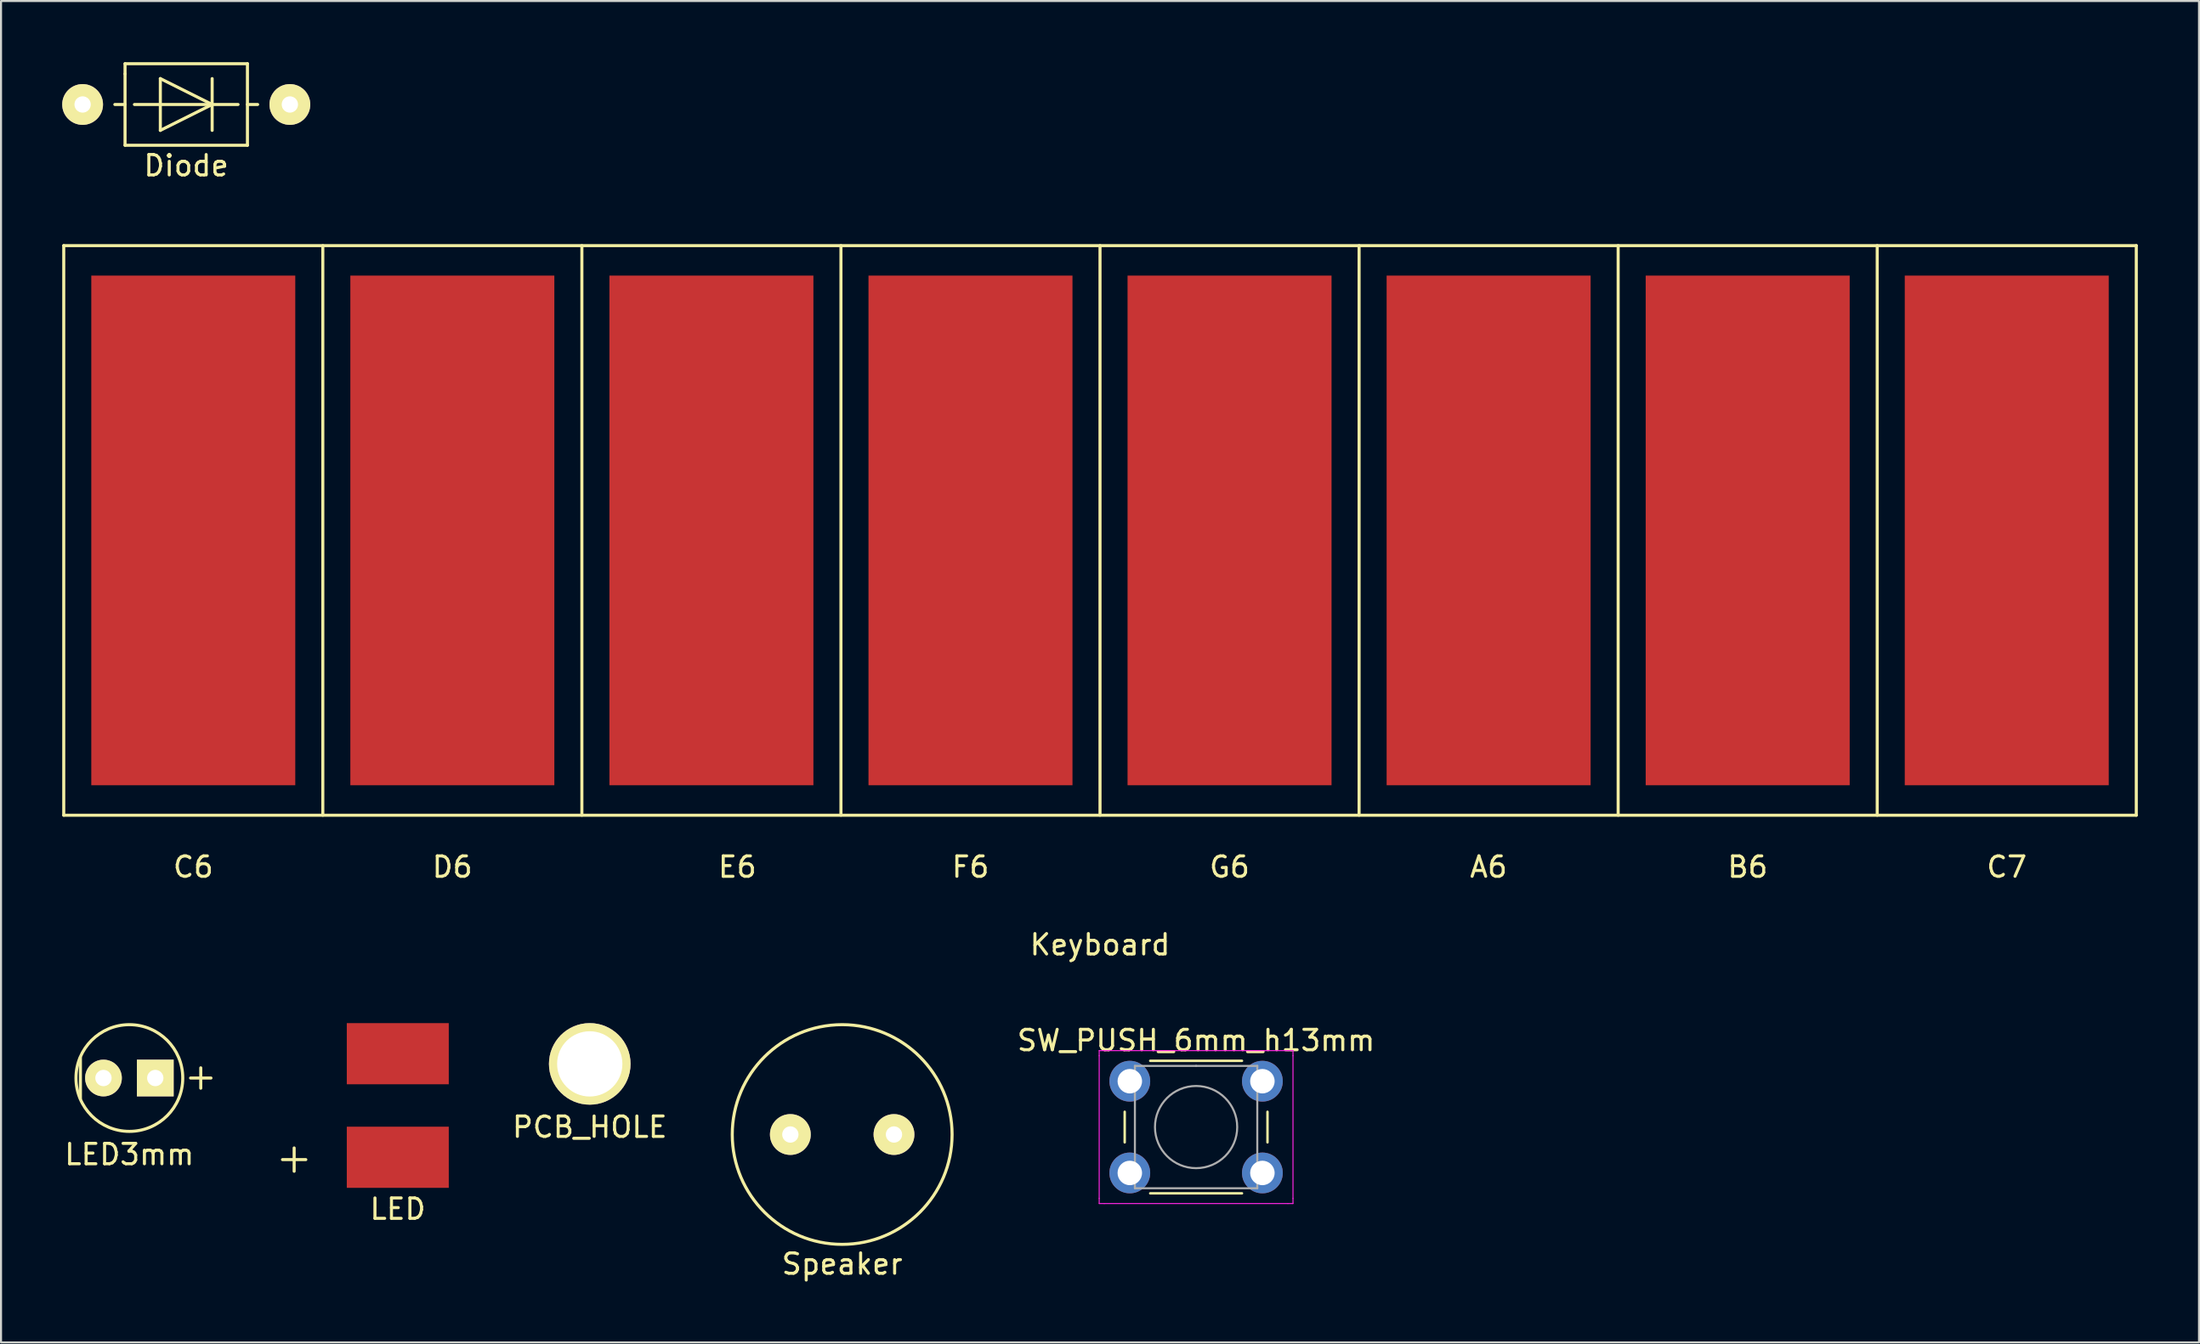
<source format=kicad_pcb>
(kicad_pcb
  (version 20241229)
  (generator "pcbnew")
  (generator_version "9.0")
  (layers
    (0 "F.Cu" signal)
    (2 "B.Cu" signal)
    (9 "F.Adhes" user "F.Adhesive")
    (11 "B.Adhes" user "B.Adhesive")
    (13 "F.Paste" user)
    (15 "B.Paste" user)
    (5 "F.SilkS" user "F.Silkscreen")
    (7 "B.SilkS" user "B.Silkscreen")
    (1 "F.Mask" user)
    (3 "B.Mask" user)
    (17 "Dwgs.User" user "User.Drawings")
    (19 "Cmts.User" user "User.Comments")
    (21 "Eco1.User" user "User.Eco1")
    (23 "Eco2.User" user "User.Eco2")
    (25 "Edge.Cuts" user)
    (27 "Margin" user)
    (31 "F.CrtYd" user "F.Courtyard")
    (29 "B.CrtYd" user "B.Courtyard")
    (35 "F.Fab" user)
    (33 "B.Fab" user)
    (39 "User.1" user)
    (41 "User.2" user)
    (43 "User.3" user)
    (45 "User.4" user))
  (footprint "SW_PUSH_6mm_h13mm"
    (layer "F.Cu")
    (at 52.335 49.985)
    (property "Reference" "SW_PUSH_6mm_h13mm" (at 3.25 -2 0) (layer "F.SilkS") (effects (font (size 1 1) (thickness 0.15))))
    (attr through_hole)
    (fp_line (start -0.25 1.5) (end -0.25 3) (stroke (width 0.12) (type solid)) (layer "F.SilkS"))
    (fp_line (start 1 5.5) (end 5.5 5.5) (stroke (width 0.12) (type solid)) (layer "F.SilkS"))
    (fp_line (start 5.5 -1) (end 1 -1) (stroke (width 0.12) (type solid)) (layer "F.SilkS"))
    (fp_line (start 6.75 3) (end 6.75 1.5) (stroke (width 0.12) (type solid)) (layer "F.SilkS"))
    (fp_line (start -1.5 -1.5) (end -1.25 -1.5) (stroke (width 0.05) (type solid)) (layer "F.CrtYd"))
    (fp_line (start -1.5 -1.25) (end -1.5 -1.5) (stroke (width 0.05) (type solid)) (layer "F.CrtYd"))
    (fp_line (start -1.5 5.75) (end -1.5 -1.25) (stroke (width 0.05) (type solid)) (layer "F.CrtYd"))
    (fp_line (start -1.5 5.75) (end -1.5 6) (stroke (width 0.05) (type solid)) (layer "F.CrtYd"))
    (fp_line (start -1.5 6) (end -1.25 6) (stroke (width 0.05) (type solid)) (layer "F.CrtYd"))
    (fp_line (start -1.25 -1.5) (end 7.75 -1.5) (stroke (width 0.05) (type solid)) (layer "F.CrtYd"))
    (fp_line (start 7.75 -1.5) (end 8 -1.5) (stroke (width 0.05) (type solid)) (layer "F.CrtYd"))
    (fp_line (start 7.75 6) (end -1.25 6) (stroke (width 0.05) (type solid)) (layer "F.CrtYd"))
    (fp_line (start 7.75 6) (end 8 6) (stroke (width 0.05) (type solid)) (layer "F.CrtYd"))
    (fp_line (start 8 -1.5) (end 8 -1.25) (stroke (width 0.05) (type solid)) (layer "F.CrtYd"))
    (fp_line (start 8 -1.25) (end 8 5.75) (stroke (width 0.05) (type solid)) (layer "F.CrtYd"))
    (fp_line (start 8 6) (end 8 5.75) (stroke (width 0.05) (type solid)) (layer "F.CrtYd"))
    (fp_line (start 0.25 -0.75) (end 3.25 -0.75) (stroke (width 0.1) (type solid)) (layer "F.Fab"))
    (fp_line (start 0.25 5.25) (end 0.25 -0.75) (stroke (width 0.1) (type solid)) (layer "F.Fab"))
    (fp_line (start 3.25 -0.75) (end 6.25 -0.75) (stroke (width 0.1) (type solid)) (layer "F.Fab"))
    (fp_line (start 6.25 -0.75) (end 6.25 5.25) (stroke (width 0.1) (type solid)) (layer "F.Fab"))
    (fp_line (start 6.25 5.25) (end 0.25 5.25) (stroke (width 0.1) (type solid)) (layer "F.Fab"))
    (fp_circle (center 3.25 2.25) (end 1.25 2.5) (stroke (width 0.1) (type solid)) (fill no) (layer "F.Fab"))
    (pad "1" thru_hole circle (at 0 0 90) (size 2 2) (drill 1.2) (layers "*.Cu" "*.Mask"))
    (pad "1" thru_hole circle (at 6.5 0 90) (size 2 2) (drill 1.2) (layers "*.Cu" "*.Mask"))
    (pad "2" thru_hole circle (at 0 4.5 90) (size 2 2) (drill 1.2) (layers "*.Cu" "*.Mask"))
    (pad "2" thru_hole circle (at 6.5 4.5 90) (size 2 2) (drill 1.2) (layers "*.Cu" "*.Mask")))
  (footprint "PCB_HOLE"
    (layer "F.Cu")
    (at 25.861 49.136)
    (property "Reference" "PCB_HOLE" (at 0 3.1 0) (layer "F.SilkS") (effects (font (size 1 1) (thickness 0.15))))
    (attr through_hole)
    (pad "1" thru_hole circle (at 0 0) (size 4 4) (drill 3.2) (layers "*.Cu" "*.Mask" "F.SilkS")))
  (footprint "LED3mm"
    (layer "F.Cu")
    (at 3.292 49.829)
    (property "Reference" "LED3mm" (at 0 3.75 0) (layer "F.SilkS") (effects (font (size 1 1) (thickness 0.15))))
    (attr through_hole)
    (fp_line (start -2.4 -1) (end -2.4 1) (stroke (width 0.15) (type solid)) (layer "F.SilkS"))
    (fp_line (start 3 0) (end 4 0) (stroke (width 0.15) (type solid)) (layer "F.SilkS"))
    (fp_line (start 3.5 -0.5) (end 3.5 0.5) (stroke (width 0.15) (type solid)) (layer "F.SilkS"))
    (fp_circle (center 0 0) (end 1.9 1.8) (stroke (width 0.15) (type solid)) (fill no) (layer "F.SilkS"))
    (pad "1" thru_hole circle (at -1.27 0) (size 1.8 1.8) (drill 0.8) (layers "*.Cu" "*.Mask" "F.SilkS"))
    (pad "2" thru_hole rect (at 1.27 0) (size 1.8 1.8) (drill 0.8) (layers "*.Cu" "*.Mask" "F.SilkS")))
  (footprint "Diode"
    (layer "F.Cu")
    (at 6.08 2.075)
    (property "Reference" "Diode" (at 0 3 0) (layer "F.SilkS") (effects (font (size 1 1) (thickness 0.15))))
    (attr through_hole)
    (fp_line (start -3 -2) (end 3 -2) (stroke (width 0.15) (type solid)) (layer "F.SilkS"))
    (fp_line (start -3 -1.5) (end -3 -2) (stroke (width 0.15) (type solid)) (layer "F.SilkS"))
    (fp_line (start -3 0) (end -3.5 0) (stroke (width 0.15) (type solid)) (layer "F.SilkS"))
    (fp_line (start -3 2) (end -3 -1.5) (stroke (width 0.15) (type solid)) (layer "F.SilkS"))
    (fp_line (start -2.54 0) (end 2.54 0) (stroke (width 0.15) (type solid)) (layer "F.SilkS"))
    (fp_line (start -1.27 -1.27) (end -1.27 1.27) (stroke (width 0.15) (type solid)) (layer "F.SilkS"))
    (fp_line (start -1.27 1.27) (end 1.27 0) (stroke (width 0.15) (type solid)) (layer "F.SilkS"))
    (fp_line (start 1.27 -1.27) (end 1.27 1.27) (stroke (width 0.15) (type solid)) (layer "F.SilkS"))
    (fp_line (start 1.27 0) (end -1.27 -1.27) (stroke (width 0.15) (type solid)) (layer "F.SilkS"))
    (fp_line (start 3 -2) (end 3 2) (stroke (width 0.15) (type solid)) (layer "F.SilkS"))
    (fp_line (start 3 0) (end 3.5 0) (stroke (width 0.15) (type solid)) (layer "F.SilkS"))
    (fp_line (start 3 2) (end -3 2) (stroke (width 0.15) (type solid)) (layer "F.SilkS"))
    (pad "1" thru_hole circle (at -5.08 0) (size 2 2) (drill 0.8) (layers "*.Cu" "*.Mask" "F.SilkS"))
    (pad "2" thru_hole circle (at 5.08 0) (size 2 2) (drill 0.8) (layers "*.Cu" "*.Mask" "F.SilkS")))
  (footprint "Speaker"
    (layer "F.Cu")
    (at 38.235 52.6)
    (property "Reference" "Speaker" (at 0 6.35 0) (layer "F.SilkS") (effects (font (size 1 1) (thickness 0.15))))
    (attr through_hole)
    (fp_circle (center 0 0) (end 3.81 3.81) (stroke (width 0.15) (type solid)) (fill no) (layer "F.SilkS"))
    (pad "1" thru_hole circle (at -2.54 0) (size 2 2) (drill 0.8) (layers "*.Cu" "*.Mask" "F.SilkS"))
    (pad "2" thru_hole circle (at 2.54 0) (size 2 2) (drill 0.8) (layers "*.Cu" "*.Mask" "F.SilkS")))
  (footprint "Keyboard"
    (layer "F.Cu")
    (at 50.875 22.968)
    (property "Reference" "Keyboard" (at 0 20.32 0) (layer "F.SilkS") (effects (font (size 1 1) (thickness 0.15))))
    (attr through_hole)
    (fp_line (start -50.8 -13.97) (end -50.8 13.97) (stroke (width 0.15) (type solid)) (layer "F.SilkS"))
    (fp_line (start -50.8 13.97) (end 50.8 13.97) (stroke (width 0.15) (type solid)) (layer "F.SilkS"))
    (fp_line (start -38.1 -13.97) (end -38.1 13.97) (stroke (width 0.15) (type solid)) (layer "F.SilkS"))
    (fp_line (start -25.4 -13.97) (end -25.4 13.97) (stroke (width 0.15) (type solid)) (layer "F.SilkS"))
    (fp_line (start -12.7 -13.97) (end -12.7 13.97) (stroke (width 0.15) (type solid)) (layer "F.SilkS"))
    (fp_line (start 0 -13.97) (end 0 13.97) (stroke (width 0.15) (type solid)) (layer "F.SilkS"))
    (fp_line (start 12.7 -13.97) (end 12.7 13.97) (stroke (width 0.15) (type solid)) (layer "F.SilkS"))
    (fp_line (start 25.4 -13.97) (end 25.4 13.97) (stroke (width 0.15) (type solid)) (layer "F.SilkS"))
    (fp_line (start 38.1 -13.97) (end 38.1 13.97) (stroke (width 0.15) (type solid)) (layer "F.SilkS"))
    (fp_line (start 50.8 -13.97) (end -50.8 -13.97) (stroke (width 0.15) (type solid)) (layer "F.SilkS"))
    (fp_line (start 50.8 13.97) (end 50.8 -13.97) (stroke (width 0.15) (type solid)) (layer "F.SilkS"))
    (fp_text user "C7" (at 44.45 16.51 0) (layer "F.SilkS") (effects (font (size 1 1) (thickness 0.15))))
    (fp_text user "D6" (at -31.75 16.51 0) (layer "F.SilkS") (effects (font (size 1 1) (thickness 0.15))))
    (fp_text user "G6" (at 6.35 16.51 0) (layer "F.SilkS") (effects (font (size 1 1) (thickness 0.15))))
    (fp_text user "B6" (at 31.75 16.51 0) (layer "F.SilkS") (effects (font (size 1 1) (thickness 0.15))))
    (fp_text user "C6" (at -44.45 16.51 0) (layer "F.SilkS") (effects (font (size 1 1) (thickness 0.15))))
    (fp_text user "E6" (at -17.78 16.51 0) (layer "F.SilkS") (effects (font (size 1 1) (thickness 0.15))))
    (fp_text user "A6" (at 19.05 16.51 0) (layer "F.SilkS") (effects (font (size 1 1) (thickness 0.15))))
    (fp_text user "F6" (at -6.35 16.51 0) (layer "F.SilkS") (effects (font (size 1 1) (thickness 0.15))))
    (pad "1" smd rect (at 44.45 0) (size 10 25) (layers "F.Cu" "F.Mask" "F.Paste"))
    (pad "2" smd rect (at 31.75 0) (size 10 25) (layers "F.Cu" "F.Mask" "F.Paste"))
    (pad "3" smd rect (at 19.05 0) (size 10 25) (layers "F.Cu" "F.Mask" "F.Paste"))
    (pad "4" smd rect (at 6.35 0) (size 10 25) (layers "F.Cu" "F.Mask" "F.Paste"))
    (pad "5" smd rect (at -6.35 0) (size 10 25) (layers "F.Cu" "F.Mask" "F.Paste"))
    (pad "6" smd rect (at -19.05 0) (size 10 25) (layers "F.Cu" "F.Mask" "F.Paste"))
    (pad "7" smd rect (at -31.75 0) (size 10 25) (layers "F.Cu" "F.Mask" "F.Paste"))
    (pad "8" smd rect (at -44.45 0) (size 10 25) (layers "F.Cu" "F.Mask" "F.Paste")))
  (footprint "LED"
    (layer "F.Cu")
    (at 16.45 51.176)
    (property "Reference" "LED" (at 0 5.08 0) (layer "F.SilkS") (effects (font (size 1 1) (thickness 0.15))))
    (attr through_hole)
    (fp_text user "+" (at -5.08 2.54 0) (layer "F.SilkS") (effects (font (size 1.5 1.5) (thickness 0.15))))
    (pad "1" smd rect (at 0 -2.54) (size 5 3) (layers "F.Cu" "F.Mask" "F.Paste"))
    (pad "2" smd rect (at 0 2.54) (size 5 3) (layers "F.Cu" "F.Mask" "F.Paste")))
  (gr_rect
    (start -3 -3)
    (end 104.75 62.798)
    (stroke (width 0.1) (type default))
    (fill no)
    (layer "Edge.Cuts")))
</source>
